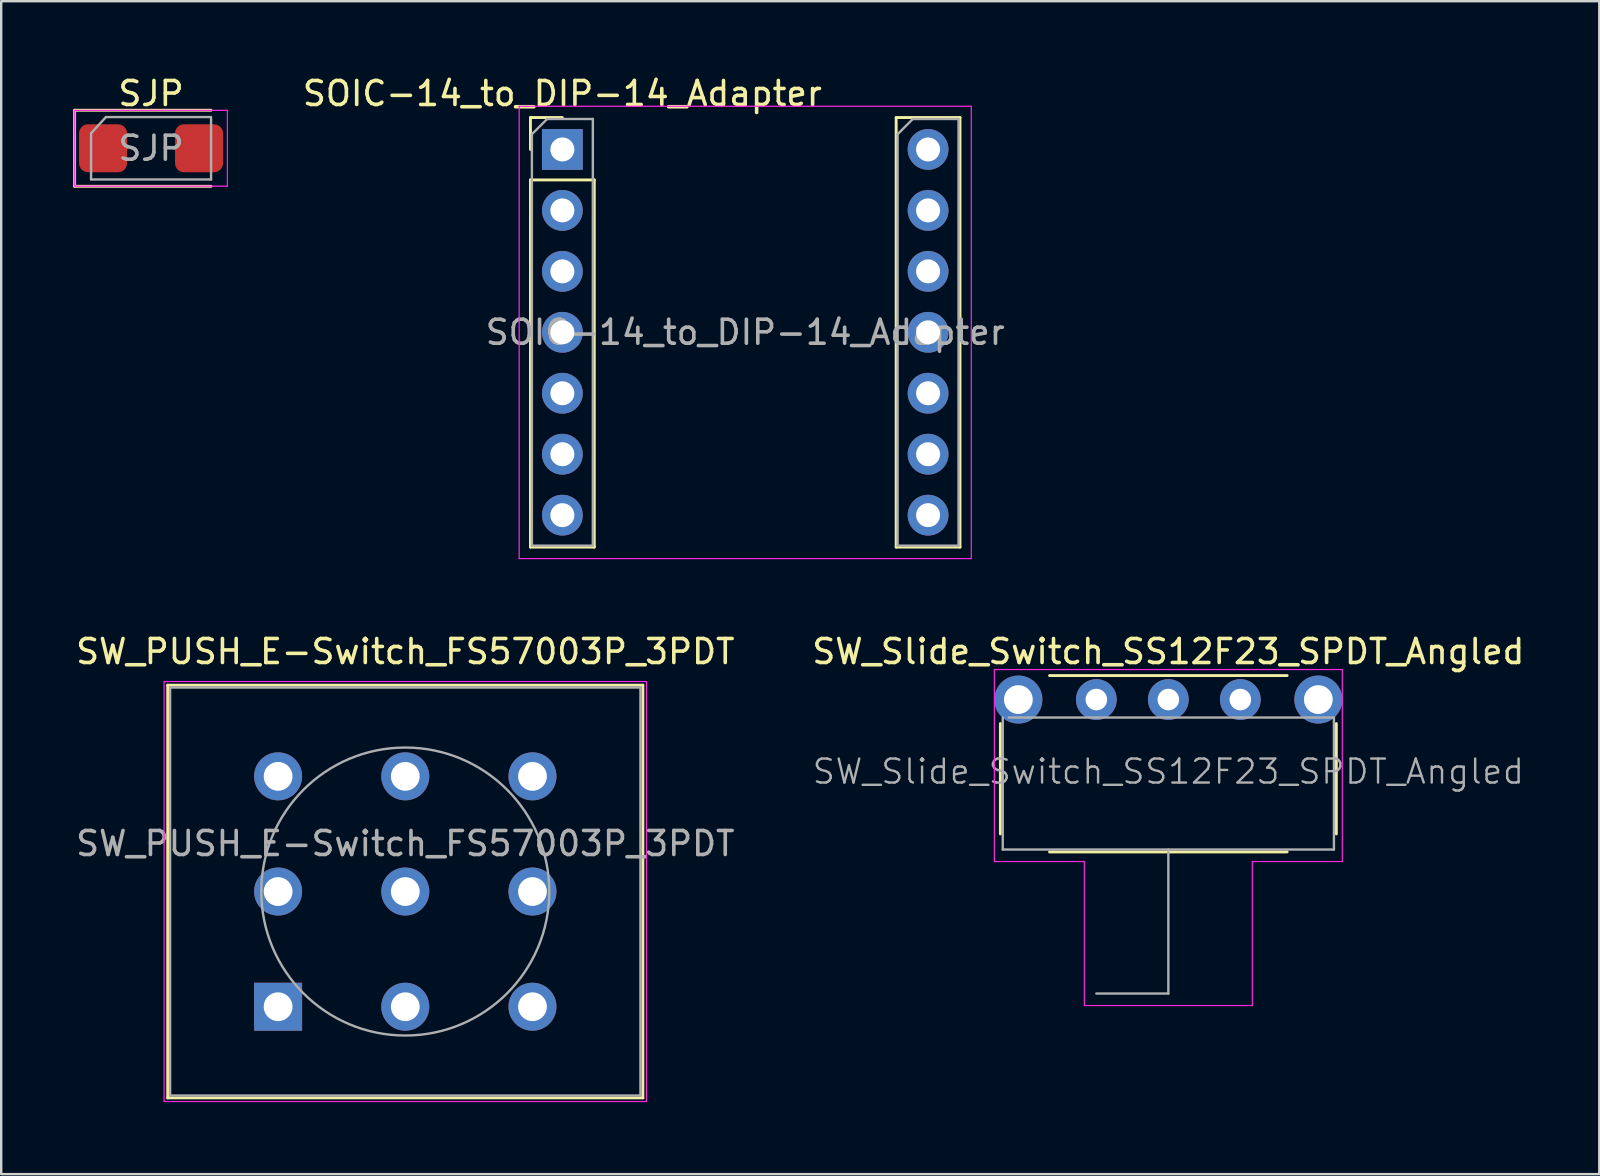
<source format=kicad_pcb>
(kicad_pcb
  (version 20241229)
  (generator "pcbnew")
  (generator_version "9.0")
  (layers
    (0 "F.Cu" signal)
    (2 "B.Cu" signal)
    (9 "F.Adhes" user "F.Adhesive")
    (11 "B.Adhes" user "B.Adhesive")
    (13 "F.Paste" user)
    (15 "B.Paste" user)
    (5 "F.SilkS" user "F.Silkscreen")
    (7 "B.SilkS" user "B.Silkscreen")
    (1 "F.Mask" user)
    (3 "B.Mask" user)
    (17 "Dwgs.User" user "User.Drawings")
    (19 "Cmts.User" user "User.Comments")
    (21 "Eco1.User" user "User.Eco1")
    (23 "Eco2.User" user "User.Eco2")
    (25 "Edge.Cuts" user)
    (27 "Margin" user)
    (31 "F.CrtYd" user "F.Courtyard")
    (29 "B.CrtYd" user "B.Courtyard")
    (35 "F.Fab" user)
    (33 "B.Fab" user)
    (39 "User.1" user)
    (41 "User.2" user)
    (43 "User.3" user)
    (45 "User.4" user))
  (footprint "SOIC-14_to_DIP-14_Adapter"
    (layer "F.Cu")
    (at 28.005 10.798)
    (property "Reference" "SOIC-14_to_DIP-14_Adapter" (at -7.62 -9.95 0) (layer "F.SilkS") (effects (font (size 1 1) (thickness 0.15))))
    (attr through_hole)
    (fp_line (start -8.95 -8.95) (end -7.62 -8.95) (stroke (width 0.12) (type solid)) (layer "F.SilkS"))
    (fp_line (start -8.95 -7.62) (end -8.95 -8.95) (stroke (width 0.12) (type solid)) (layer "F.SilkS"))
    (fp_line (start -8.95 -6.35) (end -8.95 8.95) (stroke (width 0.12) (type solid)) (layer "F.SilkS"))
    (fp_line (start -8.95 -6.35) (end -6.29 -6.35) (stroke (width 0.12) (type solid)) (layer "F.SilkS"))
    (fp_line (start -8.95 8.95) (end -6.29 8.95) (stroke (width 0.12) (type solid)) (layer "F.SilkS"))
    (fp_line (start -6.29 -6.35) (end -6.29 8.95) (stroke (width 0.12) (type solid)) (layer "F.SilkS"))
    (fp_line (start 6.29 -8.95) (end 6.29 8.95) (stroke (width 0.12) (type solid)) (layer "F.SilkS"))
    (fp_line (start 6.29 -8.95) (end 8.95 -8.95) (stroke (width 0.12) (type solid)) (layer "F.SilkS"))
    (fp_line (start 6.29 8.95) (end 8.95 8.95) (stroke (width 0.12) (type solid)) (layer "F.SilkS"))
    (fp_line (start 8.95 -8.95) (end 8.95 8.95) (stroke (width 0.12) (type solid)) (layer "F.SilkS"))
    (fp_line (start -9.42 -9.42) (end -9.42 9.43) (stroke (width 0.05) (type solid)) (layer "F.CrtYd"))
    (fp_line (start -9.42 9.43) (end 9.42 9.43) (stroke (width 0.05) (type solid)) (layer "F.CrtYd"))
    (fp_line (start 9.42 -9.42) (end -9.42 -9.42) (stroke (width 0.05) (type solid)) (layer "F.CrtYd"))
    (fp_line (start 9.42 9.43) (end 9.42 -9.42) (stroke (width 0.05) (type solid)) (layer "F.CrtYd"))
    (fp_line (start -8.89 -8.255) (end -8.255 -8.89) (stroke (width 0.1) (type solid)) (layer "F.Fab"))
    (fp_line (start -8.89 8.89) (end -8.89 -8.255) (stroke (width 0.1) (type solid)) (layer "F.Fab"))
    (fp_line (start -8.255 -8.89) (end -6.35 -8.89) (stroke (width 0.1) (type solid)) (layer "F.Fab"))
    (fp_line (start -6.35 -8.89) (end -6.35 8.89) (stroke (width 0.1) (type solid)) (layer "F.Fab"))
    (fp_line (start -6.35 8.89) (end -8.89 8.89) (stroke (width 0.1) (type solid)) (layer "F.Fab"))
    (fp_line (start 6.35 -8.255) (end 6.985 -8.89) (stroke (width 0.1) (type solid)) (layer "F.Fab"))
    (fp_line (start 6.35 8.89) (end 6.35 -8.255) (stroke (width 0.1) (type solid)) (layer "F.Fab"))
    (fp_line (start 6.985 -8.89) (end 8.89 -8.89) (stroke (width 0.1) (type solid)) (layer "F.Fab"))
    (fp_line (start 8.89 -8.89) (end 8.89 8.89) (stroke (width 0.1) (type solid)) (layer "F.Fab"))
    (fp_line (start 8.89 8.89) (end 6.35 8.89) (stroke (width 0.1) (type solid)) (layer "F.Fab"))
    (fp_text user "${REFERENCE}" (at 0 0 180) (layer "F.Fab") (effects (font (size 1 1) (thickness 0.15))))
    (pad "1" thru_hole rect (at -7.62 -7.62) (size 1.7 1.7) (drill 1) (layers "*.Cu" "*.Mask"))
    (pad "2" thru_hole oval (at -7.62 -5.08) (size 1.7 1.7) (drill 1) (layers "*.Cu" "*.Mask"))
    (pad "3" thru_hole oval (at -7.62 -2.54) (size 1.7 1.7) (drill 1) (layers "*.Cu" "*.Mask"))
    (pad "4" thru_hole oval (at -7.62 0) (size 1.7 1.7) (drill 1) (layers "*.Cu" "*.Mask"))
    (pad "5" thru_hole oval (at -7.62 2.54) (size 1.7 1.7) (drill 1) (layers "*.Cu" "*.Mask"))
    (pad "6" thru_hole oval (at -7.62 5.08) (size 1.7 1.7) (drill 1) (layers "*.Cu" "*.Mask"))
    (pad "7" thru_hole oval (at -7.62 7.62) (size 1.7 1.7) (drill 1) (layers "*.Cu" "*.Mask"))
    (pad "8" thru_hole oval (at 7.62 7.62) (size 1.7 1.7) (drill 1) (layers "*.Cu" "*.Mask"))
    (pad "9" thru_hole oval (at 7.62 5.08) (size 1.7 1.7) (drill 1) (layers "*.Cu" "*.Mask"))
    (pad "10" thru_hole oval (at 7.62 2.54) (size 1.7 1.7) (drill 1) (layers "*.Cu" "*.Mask"))
    (pad "11" thru_hole oval (at 7.62 0) (size 1.7 1.7) (drill 1) (layers "*.Cu" "*.Mask"))
    (pad "12" thru_hole oval (at 7.62 -2.54) (size 1.7 1.7) (drill 1) (layers "*.Cu" "*.Mask"))
    (pad "13" thru_hole oval (at 7.62 -5.08) (size 1.7 1.7) (drill 1) (layers "*.Cu" "*.Mask"))
    (pad "14" thru_hole oval (at 7.62 -7.62) (size 1.7 1.7) (drill 1) (layers "*.Cu" "*.Mask")))
  (footprint "SW_PUSH_E-Switch_FS57003P_3PDT"
    (layer "F.Cu")
    (at 13.839 34.102)
    (property "Reference" "SW_PUSH_E-Switch_FS57003P_3PDT" (at 0 -10 180) (layer "F.SilkS") (effects (font (size 1 1) (thickness 0.15))))
    (attr through_hole)
    (fp_line (start -9.9 -8.6) (end 9.9 -8.6) (stroke (width 0.12) (type solid)) (layer "F.SilkS"))
    (fp_line (start -9.9 8.6) (end -9.9 -8.6) (stroke (width 0.12) (type solid)) (layer "F.SilkS"))
    (fp_line (start -9.9 8.6) (end 9.9 8.6) (stroke (width 0.12) (type solid)) (layer "F.SilkS"))
    (fp_line (start 9.9 8.6) (end 9.9 -8.6) (stroke (width 0.12) (type solid)) (layer "F.SilkS"))
    (fp_line (start -10.05 -8.75) (end -10.05 8.75) (stroke (width 0.05) (type solid)) (layer "F.CrtYd"))
    (fp_line (start 10.05 -8.75) (end -10.05 -8.75) (stroke (width 0.05) (type solid)) (layer "F.CrtYd"))
    (fp_line (start 10.05 -8.75) (end 10.05 8.75) (stroke (width 0.05) (type solid)) (layer "F.CrtYd"))
    (fp_line (start 10.05 8.75) (end -10.05 8.75) (stroke (width 0.05) (type solid)) (layer "F.CrtYd"))
    (fp_line (start -9.8 -8.5) (end 9.8 -8.5) (stroke (width 0.1) (type solid)) (layer "F.Fab"))
    (fp_line (start -9.8 8.5) (end -9.8 -8.5) (stroke (width 0.1) (type solid)) (layer "F.Fab"))
    (fp_line (start -9.8 8.5) (end 9.8 8.5) (stroke (width 0.1) (type solid)) (layer "F.Fab"))
    (fp_line (start 9.8 8.5) (end 9.8 -8.5) (stroke (width 0.1) (type solid)) (layer "F.Fab"))
    (fp_circle (center 0 0) (end 0 -6) (stroke (width 0.1) (type solid)) (fill no) (layer "F.Fab"))
    (fp_text user "${REFERENCE}" (at 0 -2 180) (layer "F.Fab") (effects (font (size 1 1) (thickness 0.15))))
    (pad "1" thru_hole rect (at -5.3 4.8 90) (size 2 2) (drill 1.2) (layers "*.Cu" "*.Mask"))
    (pad "2" thru_hole circle (at -5.3 0 90) (size 2 2) (drill 1.2) (layers "*.Cu" "*.Mask"))
    (pad "3" thru_hole circle (at -5.3 -4.8 90) (size 2 2) (drill 1.2) (layers "*.Cu" "*.Mask"))
    (pad "4" thru_hole circle (at 0 4.8 90) (size 2 2) (drill 1.2) (layers "*.Cu" "*.Mask"))
    (pad "5" thru_hole circle (at 0 0 90) (size 2 2) (drill 1.2) (layers "*.Cu" "*.Mask"))
    (pad "5" thru_hole circle (at 5.3 0 90) (size 2 2) (drill 1.2) (layers "*.Cu" "*.Mask"))
    (pad "6" thru_hole circle (at 0 -4.8 90) (size 2 2) (drill 1.2) (layers "*.Cu" "*.Mask"))
    (pad "6" thru_hole circle (at 5.3 -4.8 90) (size 2 2) (drill 1.2) (layers "*.Cu" "*.Mask"))
    (pad "7" thru_hole circle (at 5.3 4.8 90) (size 2 2) (drill 1.2) (layers "*.Cu" "*.Mask")))
  (footprint "SW_Slide_Switch_SS12F23_SPDT_Angled"
    (layer "F.Cu")
    (at 45.637 27.852)
    (property "Reference" "SW_Slide_Switch_SS12F23_SPDT_Angled" (at 0 -3.75 0) (layer "F.SilkS") (effects (font (size 1 1) (thickness 0.15))))
    (attr through_hole)
    (fp_line (start -7 3.85) (end -7 -0.75) (stroke (width 0.12) (type solid)) (layer "F.SilkS"))
    (fp_line (start -4.95 -2.75) (end 4.95 -2.75) (stroke (width 0.12) (type solid)) (layer "F.SilkS"))
    (fp_line (start 4.95 4.6) (end -4.95 4.6) (stroke (width 0.12) (type solid)) (layer "F.SilkS"))
    (fp_line (start 7 -0.75) (end 7 3.85) (stroke (width 0.12) (type solid)) (layer "F.SilkS"))
    (fp_line (start -3 10.5) (end -3 4.5) (stroke (width 0.1) (type solid)) (layer "F.Paste"))
    (fp_line (start -7.25 -3) (end 7.25 -3) (stroke (width 0.05) (type solid)) (layer "F.CrtYd"))
    (fp_line (start -7.25 5) (end -7.25 -3) (stroke (width 0.05) (type solid)) (layer "F.CrtYd"))
    (fp_line (start -3.5 5) (end -7.25 5) (stroke (width 0.05) (type solid)) (layer "F.CrtYd"))
    (fp_line (start -3.5 11) (end -3.5 5) (stroke (width 0.05) (type solid)) (layer "F.CrtYd"))
    (fp_line (start 3.5 5) (end 3.5 11) (stroke (width 0.05) (type solid)) (layer "F.CrtYd"))
    (fp_line (start 3.5 11) (end -3.5 11) (stroke (width 0.05) (type solid)) (layer "F.CrtYd"))
    (fp_line (start 7.25 -3) (end 7.25 5) (stroke (width 0.05) (type solid)) (layer "F.CrtYd"))
    (fp_line (start 7.25 5) (end 3.5 5) (stroke (width 0.05) (type solid)) (layer "F.CrtYd"))
    (fp_line (start -6.9 4.5) (end -6.9 -1) (stroke (width 0.1) (type solid)) (layer "F.Fab"))
    (fp_line (start -6.65 -1) (end 6.9 -1) (stroke (width 0.1) (type solid)) (layer "F.Fab"))
    (fp_line (start 0 4.5) (end 0 10.5) (stroke (width 0.1) (type solid)) (layer "F.Fab"))
    (fp_line (start 0 10.5) (end -3 10.5) (stroke (width 0.1) (type solid)) (layer "F.Fab"))
    (fp_line (start 6.9 -1) (end 6.9 4.5) (stroke (width 0.1) (type solid)) (layer "F.Fab"))
    (fp_line (start 6.9 4.5) (end -6.9 4.5) (stroke (width 0.1) (type solid)) (layer "F.Fab"))
    (fp_text user "${REFERENCE}" (at 0 1.25 0) (layer "F.Fab") (effects (font (size 1 1) (thickness 0.1))))
    (pad "" thru_hole circle (at -6.25 -1.75) (size 2 2) (drill 1.2) (layers "*.Cu" "*.Mask"))
    (pad "" thru_hole circle (at 6.25 -1.75) (size 2 2) (drill 1.2) (layers "*.Cu" "*.Mask"))
    (pad "1" thru_hole circle (at -3 -1.75) (size 1.7 1.7) (drill 0.9) (layers "*.Cu" "*.Mask"))
    (pad "2" thru_hole circle (at 0 -1.75) (size 1.7 1.7) (drill 0.9) (layers "*.Cu" "*.Mask"))
    (pad "3" thru_hole circle (at 3 -1.75) (size 1.7 1.7) (drill 0.9) (layers "*.Cu" "*.Mask")))
  (footprint "SJP"
    (layer "F.Cu")
    (at 3.245 3.128)
    (property "Reference" "SJP" (at 0 -2.28 0) (layer "F.SilkS") (effects (font (size 1 1) (thickness 0.15))))
    (attr smd)
    (fp_line (start -3.185 -1.585) (end -3.185 1.585) (stroke (width 0.12) (type solid)) (layer "F.SilkS"))
    (fp_line (start -3.185 1.585) (end 2.5 1.585) (stroke (width 0.12) (type solid)) (layer "F.SilkS"))
    (fp_line (start 2.5 -1.585) (end -3.185 -1.585) (stroke (width 0.12) (type solid)) (layer "F.SilkS"))
    (fp_line (start -3.18 -1.58) (end 3.18 -1.58) (stroke (width 0.05) (type solid)) (layer "F.CrtYd"))
    (fp_line (start -3.18 1.58) (end -3.18 -1.58) (stroke (width 0.05) (type solid)) (layer "F.CrtYd"))
    (fp_line (start 3.18 -1.58) (end 3.18 1.58) (stroke (width 0.05) (type solid)) (layer "F.CrtYd"))
    (fp_line (start 3.18 1.58) (end -3.18 1.58) (stroke (width 0.05) (type solid)) (layer "F.CrtYd"))
    (fp_line (start -2.5 -0.625) (end -2.5 1.3) (stroke (width 0.1) (type solid)) (layer "F.Fab"))
    (fp_line (start -2.5 1.3) (end 2.5 1.3) (stroke (width 0.1) (type solid)) (layer "F.Fab"))
    (fp_line (start -1.88 -1.3) (end -2.5 -0.625) (stroke (width 0.1) (type solid)) (layer "F.Fab"))
    (fp_line (start 2.5 -1.3) (end -1.875 -1.3) (stroke (width 0.1) (type solid)) (layer "F.Fab"))
    (fp_line (start 2.5 1.3) (end 2.5 -1.25) (stroke (width 0.1) (type solid)) (layer "F.Fab"))
    (fp_text user "${REFERENCE}" (at 0 0 0) (layer "F.Fab") (effects (font (size 1 1) (thickness 0.15))))
    (pad "1" smd roundrect (at -2 0) (size 2 2) (layers "F.Cu" "F.Mask" "F.Paste") (roundrect_rratio 0.185))
    (pad "2" smd roundrect (at 2 0) (size 2 2) (layers "F.Cu" "F.Mask" "F.Paste") (roundrect_rratio 0.185)))
  (gr_rect
    (start -3 -3)
    (end 63.595 45.877)
    (stroke (width 0.1) (type default))
    (fill no)
    (layer "Edge.Cuts")))
</source>
